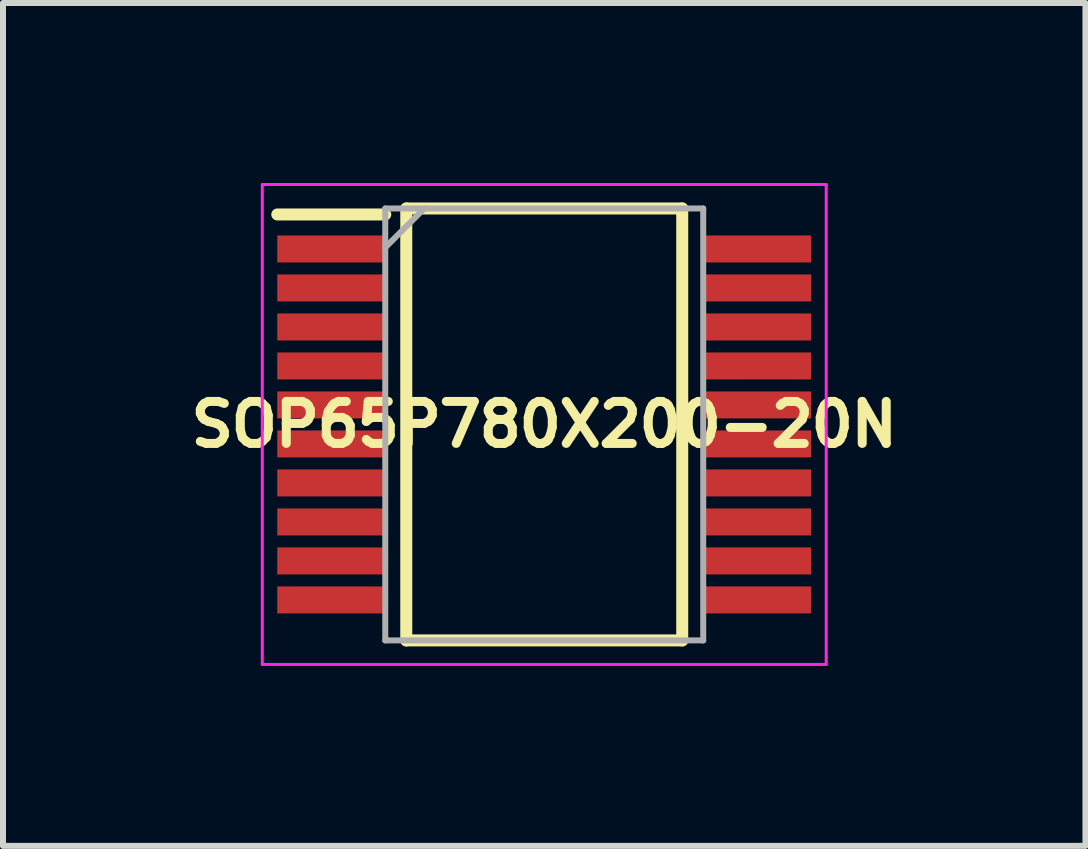
<source format=kicad_pcb>
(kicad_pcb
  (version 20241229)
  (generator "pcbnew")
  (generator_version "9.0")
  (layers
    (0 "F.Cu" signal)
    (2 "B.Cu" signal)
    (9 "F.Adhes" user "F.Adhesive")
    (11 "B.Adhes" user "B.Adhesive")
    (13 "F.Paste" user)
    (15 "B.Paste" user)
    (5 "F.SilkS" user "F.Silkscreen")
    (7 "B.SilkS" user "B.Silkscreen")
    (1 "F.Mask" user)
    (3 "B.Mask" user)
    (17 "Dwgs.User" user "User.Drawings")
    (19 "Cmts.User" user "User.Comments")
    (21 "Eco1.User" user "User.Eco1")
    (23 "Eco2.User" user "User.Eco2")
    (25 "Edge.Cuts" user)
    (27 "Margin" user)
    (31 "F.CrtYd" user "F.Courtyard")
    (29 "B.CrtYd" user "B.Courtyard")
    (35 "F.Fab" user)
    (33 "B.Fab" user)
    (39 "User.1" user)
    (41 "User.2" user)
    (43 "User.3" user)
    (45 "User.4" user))
  (footprint "SOP65P780X200-20N"
    (layer "F.Cu")
    (at 6.022 4.025)
    (property "Reference" "SOP65P780X200-20N" (at 0 0 0) (layer "F.SilkS") (effects (font (size 0.7 0.7) (thickness 0.15))))
    (attr smd)
    (fp_line (start -4.45 -3.5) (end -2.65 -3.5) (stroke (width 0.2) (type solid)) (layer "F.SilkS"))
    (fp_line (start -2.3 -3.6) (end 2.3 -3.6) (stroke (width 0.2) (type solid)) (layer "F.SilkS"))
    (fp_line (start -2.3 3.6) (end -2.3 -3.6) (stroke (width 0.2) (type solid)) (layer "F.SilkS"))
    (fp_line (start 2.3 -3.6) (end 2.3 3.6) (stroke (width 0.2) (type solid)) (layer "F.SilkS"))
    (fp_line (start 2.3 3.6) (end -2.3 3.6) (stroke (width 0.2) (type solid)) (layer "F.SilkS"))
    (fp_line (start -4.7 -4) (end 4.7 -4) (stroke (width 0.05) (type solid)) (layer "F.CrtYd"))
    (fp_line (start -4.7 4) (end -4.7 -4) (stroke (width 0.05) (type solid)) (layer "F.CrtYd"))
    (fp_line (start 4.7 -4) (end 4.7 4) (stroke (width 0.05) (type solid)) (layer "F.CrtYd"))
    (fp_line (start 4.7 4) (end -4.7 4) (stroke (width 0.05) (type solid)) (layer "F.CrtYd"))
    (fp_line (start -2.65 -3.6) (end 2.65 -3.6) (stroke (width 0.1) (type solid)) (layer "F.Fab"))
    (fp_line (start -2.65 -2.95) (end -2 -3.6) (stroke (width 0.1) (type solid)) (layer "F.Fab"))
    (fp_line (start -2.65 3.6) (end -2.65 -3.6) (stroke (width 0.1) (type solid)) (layer "F.Fab"))
    (fp_line (start 2.65 -3.6) (end 2.65 3.6) (stroke (width 0.1) (type solid)) (layer "F.Fab"))
    (fp_line (start 2.65 3.6) (end -2.65 3.6) (stroke (width 0.1) (type solid)) (layer "F.Fab"))
    (pad "1" smd rect (at -3.55 -2.925 90) (size 0.45 1.8) (layers "F.Cu" "F.Mask" "F.Paste"))
    (pad "2" smd rect (at -3.55 -2.275 90) (size 0.45 1.8) (layers "F.Cu" "F.Mask" "F.Paste"))
    (pad "3" smd rect (at -3.55 -1.625 90) (size 0.45 1.8) (layers "F.Cu" "F.Mask" "F.Paste"))
    (pad "4" smd rect (at -3.55 -0.975 90) (size 0.45 1.8) (layers "F.Cu" "F.Mask" "F.Paste"))
    (pad "5" smd rect (at -3.55 -0.325 90) (size 0.45 1.8) (layers "F.Cu" "F.Mask" "F.Paste"))
    (pad "6" smd rect (at -3.55 0.325 90) (size 0.45 1.8) (layers "F.Cu" "F.Mask" "F.Paste"))
    (pad "7" smd rect (at -3.55 0.975 90) (size 0.45 1.8) (layers "F.Cu" "F.Mask" "F.Paste"))
    (pad "8" smd rect (at -3.55 1.625 90) (size 0.45 1.8) (layers "F.Cu" "F.Mask" "F.Paste"))
    (pad "9" smd rect (at -3.55 2.275 90) (size 0.45 1.8) (layers "F.Cu" "F.Mask" "F.Paste"))
    (pad "10" smd rect (at -3.55 2.925 90) (size 0.45 1.8) (layers "F.Cu" "F.Mask" "F.Paste"))
    (pad "11" smd rect (at 3.55 2.925 90) (size 0.45 1.8) (layers "F.Cu" "F.Mask" "F.Paste"))
    (pad "12" smd rect (at 3.55 2.275 90) (size 0.45 1.8) (layers "F.Cu" "F.Mask" "F.Paste"))
    (pad "13" smd rect (at 3.55 1.625 90) (size 0.45 1.8) (layers "F.Cu" "F.Mask" "F.Paste"))
    (pad "14" smd rect (at 3.55 0.975 90) (size 0.45 1.8) (layers "F.Cu" "F.Mask" "F.Paste"))
    (pad "15" smd rect (at 3.55 0.325 90) (size 0.45 1.8) (layers "F.Cu" "F.Mask" "F.Paste"))
    (pad "16" smd rect (at 3.55 -0.325 90) (size 0.45 1.8) (layers "F.Cu" "F.Mask" "F.Paste"))
    (pad "17" smd rect (at 3.55 -0.975 90) (size 0.45 1.8) (layers "F.Cu" "F.Mask" "F.Paste"))
    (pad "18" smd rect (at 3.55 -1.625 90) (size 0.45 1.8) (layers "F.Cu" "F.Mask" "F.Paste"))
    (pad "19" smd rect (at 3.55 -2.275 90) (size 0.45 1.8) (layers "F.Cu" "F.Mask" "F.Paste"))
    (pad "20" smd rect (at 3.55 -2.925 90) (size 0.45 1.8) (layers "F.Cu" "F.Mask" "F.Paste")))
  (gr_rect
    (start -3 -3)
    (end 15.043 11.05)
    (stroke (width 0.1) (type default))
    (fill no)
    (layer "Edge.Cuts")))
</source>
